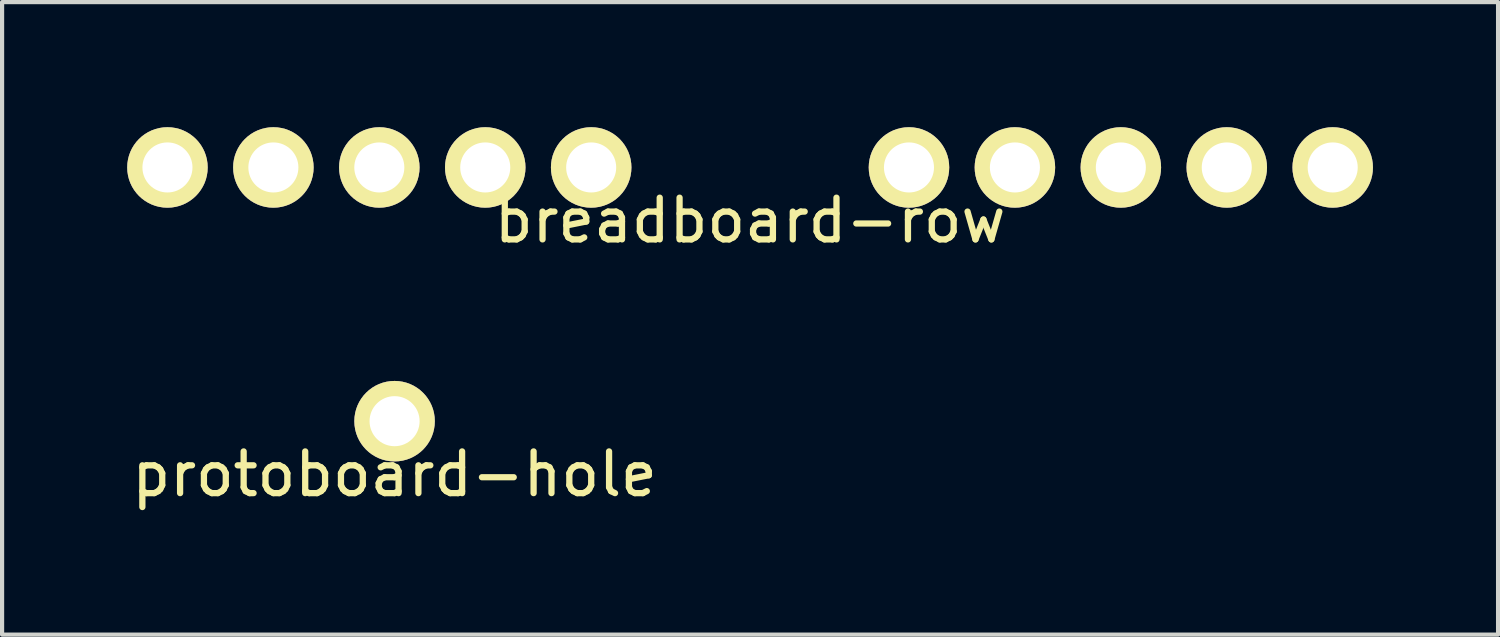
<source format=kicad_pcb>
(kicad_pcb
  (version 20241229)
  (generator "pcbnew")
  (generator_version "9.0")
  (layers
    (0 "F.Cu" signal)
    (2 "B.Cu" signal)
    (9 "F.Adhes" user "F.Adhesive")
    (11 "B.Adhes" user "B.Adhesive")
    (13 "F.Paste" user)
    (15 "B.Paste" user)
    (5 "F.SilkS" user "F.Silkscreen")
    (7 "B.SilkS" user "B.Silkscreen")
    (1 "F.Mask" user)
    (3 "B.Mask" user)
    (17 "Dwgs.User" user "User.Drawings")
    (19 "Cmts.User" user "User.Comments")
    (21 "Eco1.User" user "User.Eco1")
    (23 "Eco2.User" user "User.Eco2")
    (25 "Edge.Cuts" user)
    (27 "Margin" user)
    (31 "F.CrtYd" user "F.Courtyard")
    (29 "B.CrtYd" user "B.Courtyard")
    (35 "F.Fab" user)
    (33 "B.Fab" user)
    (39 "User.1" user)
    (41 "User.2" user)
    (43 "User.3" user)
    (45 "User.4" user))
  (footprint "breadboard-row"
    (layer "F.Cu")
    (at 14.935 0.965)
    (property "Reference" "breadboard-row" (at 0 1.27 0) (layer "F.SilkS") (effects (font (size 1 1) (thickness 0.15))))
    (attr through_hole)
    (pad "1" thru_hole circle (at -13.97 0) (size 1.93 1.93) (drill 1.2) (layers "*.Cu" "*.Mask" "F.SilkS"))
    (pad "1" thru_hole circle (at -11.43 0) (size 1.93 1.93) (drill 1.2) (layers "*.Cu" "*.Mask" "F.SilkS"))
    (pad "1" thru_hole circle (at -8.89 0) (size 1.93 1.93) (drill 1.2) (layers "*.Cu" "*.Mask" "F.SilkS"))
    (pad "1" thru_hole circle (at -6.35 0) (size 1.93 1.93) (drill 1.2) (layers "*.Cu" "*.Mask" "F.SilkS"))
    (pad "1" thru_hole circle (at -3.81 0) (size 1.93 1.93) (drill 1.2) (layers "*.Cu" "*.Mask" "F.SilkS"))
    (pad "2" thru_hole circle (at 3.81 0) (size 1.93 1.93) (drill 1.2) (layers "*.Cu" "*.Mask" "F.SilkS"))
    (pad "2" thru_hole circle (at 6.35 0) (size 1.93 1.93) (drill 1.2) (layers "*.Cu" "*.Mask" "F.SilkS"))
    (pad "2" thru_hole circle (at 8.89 0) (size 1.93 1.93) (drill 1.2) (layers "*.Cu" "*.Mask" "F.SilkS"))
    (pad "2" thru_hole circle (at 11.43 0) (size 1.93 1.93) (drill 1.2) (layers "*.Cu" "*.Mask" "F.SilkS"))
    (pad "2" thru_hole circle (at 13.97 0) (size 1.93 1.93) (drill 1.2) (layers "*.Cu" "*.Mask" "F.SilkS")))
  (footprint "protoboard-hole"
    (layer "F.Cu")
    (at 6.411 7.049)
    (property "Reference" "protoboard-hole" (at 0 1.27 0) (layer "F.SilkS") (effects (font (size 1 1) (thickness 0.15))))
    (attr through_hole)
    (pad "1" thru_hole circle (at 0 0) (size 1.93 1.93) (drill 1.2) (layers "*.Cu" "*.Mask" "F.SilkS")))
  (gr_rect
    (start -3 -3)
    (end 32.87 12.167)
    (stroke (width 0.1) (type default))
    (fill no)
    (layer "Edge.Cuts")))
</source>
